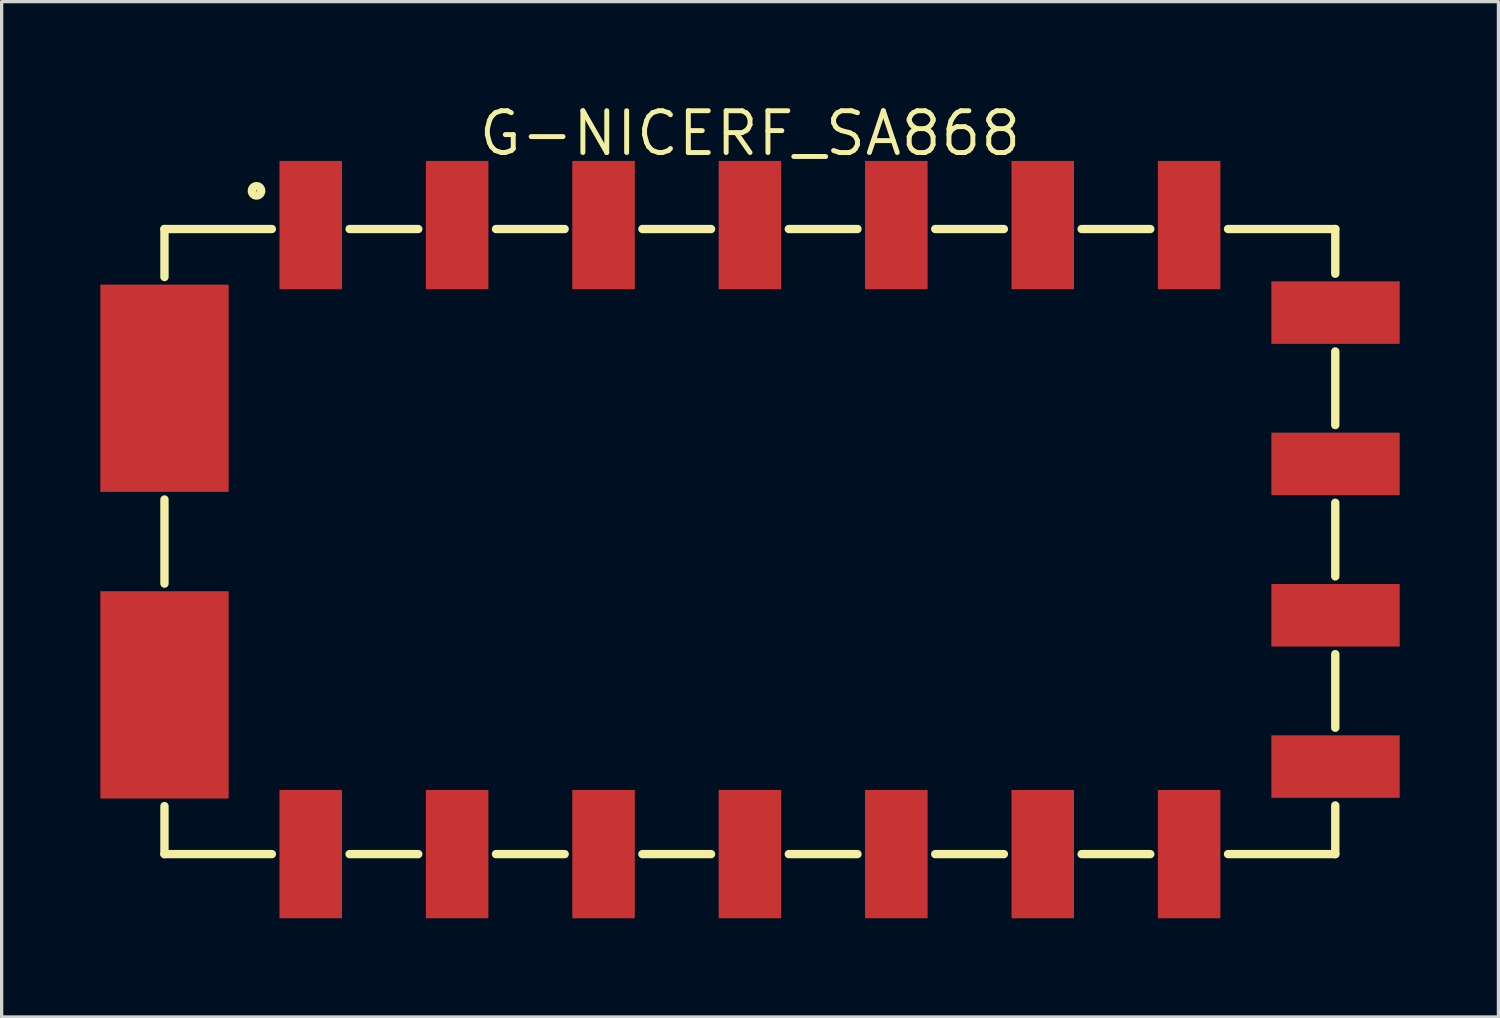
<source format=kicad_pcb>
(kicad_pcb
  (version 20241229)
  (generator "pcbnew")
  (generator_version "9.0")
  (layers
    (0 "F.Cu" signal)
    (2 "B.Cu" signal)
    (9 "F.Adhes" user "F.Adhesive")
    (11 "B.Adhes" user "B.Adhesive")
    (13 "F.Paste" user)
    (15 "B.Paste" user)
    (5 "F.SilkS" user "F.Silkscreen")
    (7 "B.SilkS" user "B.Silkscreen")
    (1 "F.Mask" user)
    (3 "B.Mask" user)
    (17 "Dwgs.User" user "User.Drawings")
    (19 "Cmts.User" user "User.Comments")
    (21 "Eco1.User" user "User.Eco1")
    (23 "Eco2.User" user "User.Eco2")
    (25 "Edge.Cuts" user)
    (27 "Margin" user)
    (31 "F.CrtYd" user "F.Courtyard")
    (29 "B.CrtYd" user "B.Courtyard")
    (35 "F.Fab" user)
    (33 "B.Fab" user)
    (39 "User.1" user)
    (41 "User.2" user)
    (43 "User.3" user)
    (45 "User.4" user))
  (footprint "G-NICERF_SA868"
    (layer "F.Cu")
    (at 19.747 13.351)
    (property "Reference" "G-NICERF_SA868" (at 0 -12.345 0) (layer "F.SilkS") (effects (font (size 1.27 1.27) (thickness 0.15))))
    (fp_line (start -17.798 -9.44) (end -17.798 -7.981) (stroke (width 0.254) (type default)) (layer "F.SilkS"))
    (fp_line (start -17.798 -9.44) (end -14.534 -9.44) (stroke (width 0.254) (type default)) (layer "F.SilkS"))
    (fp_line (start -17.798 -1.219) (end -17.798 1.339) (stroke (width 0.254) (type default)) (layer "F.SilkS"))
    (fp_line (start -17.798 8.101) (end -17.798 9.56) (stroke (width 0.254) (type default)) (layer "F.SilkS"))
    (fp_line (start -14.534 9.56) (end -17.798 9.56) (stroke (width 0.254) (type default)) (layer "F.SilkS"))
    (fp_line (start -12.171 -9.44) (end -10.084 -9.44) (stroke (width 0.254) (type default)) (layer "F.SilkS"))
    (fp_line (start -10.084 9.56) (end -12.171 9.56) (stroke (width 0.254) (type default)) (layer "F.SilkS"))
    (fp_line (start -7.721 -9.44) (end -5.634 -9.44) (stroke (width 0.254) (type default)) (layer "F.SilkS"))
    (fp_line (start -5.634 9.56) (end -7.721 9.56) (stroke (width 0.254) (type default)) (layer "F.SilkS"))
    (fp_line (start -3.271 -9.44) (end -1.184 -9.44) (stroke (width 0.254) (type default)) (layer "F.SilkS"))
    (fp_line (start -1.184 9.56) (end -3.271 9.56) (stroke (width 0.254) (type default)) (layer "F.SilkS"))
    (fp_line (start 1.179 -9.44) (end 3.266 -9.44) (stroke (width 0.254) (type default)) (layer "F.SilkS"))
    (fp_line (start 3.266 9.56) (end 1.179 9.56) (stroke (width 0.254) (type default)) (layer "F.SilkS"))
    (fp_line (start 5.629 -9.44) (end 7.716 -9.44) (stroke (width 0.254) (type default)) (layer "F.SilkS"))
    (fp_line (start 7.716 9.56) (end 5.629 9.56) (stroke (width 0.254) (type default)) (layer "F.SilkS"))
    (fp_line (start 10.079 -9.44) (end 12.166 -9.44) (stroke (width 0.254) (type default)) (layer "F.SilkS"))
    (fp_line (start 12.166 9.56) (end 10.079 9.56) (stroke (width 0.254) (type default)) (layer "F.SilkS"))
    (fp_line (start 14.529 -9.44) (end 17.789 -9.44) (stroke (width 0.254) (type default)) (layer "F.SilkS"))
    (fp_line (start 17.789 -9.44) (end 17.789 -8.081) (stroke (width 0.254) (type default)) (layer "F.SilkS"))
    (fp_line (start 17.789 -5.719) (end 17.789 -3.481) (stroke (width 0.254) (type default)) (layer "F.SilkS"))
    (fp_line (start 17.789 -1.119) (end 17.789 1.119) (stroke (width 0.254) (type default)) (layer "F.SilkS"))
    (fp_line (start 17.789 3.481) (end 17.789 5.719) (stroke (width 0.254) (type default)) (layer "F.SilkS"))
    (fp_line (start 17.789 8.081) (end 17.789 9.56) (stroke (width 0.254) (type default)) (layer "F.SilkS"))
    (fp_line (start 17.789 9.56) (end 14.529 9.56) (stroke (width 0.254) (type default)) (layer "F.SilkS"))
    (fp_circle (center -15 -10.6) (end -14.858 -10.6) (stroke (width 0.254) (type default)) (fill no) (layer "F.SilkS"))
    (pad "1" smd rect (at -13.352 -9.56 180) (size 1.9 3.9) (layers "F.Cu" "F.Mask" "F.Paste"))
    (pad "2" smd rect (at -8.902 -9.56 180) (size 1.9 3.9) (layers "F.Cu" "F.Mask" "F.Paste"))
    (pad "3" smd rect (at -4.452 -9.56 180) (size 1.9 3.9) (layers "F.Cu" "F.Mask" "F.Paste"))
    (pad "4" smd rect (at -0.003 -9.56 180) (size 1.9 3.9) (layers "F.Cu" "F.Mask" "F.Paste"))
    (pad "5" smd rect (at 4.447 -9.56 180) (size 1.9 3.9) (layers "F.Cu" "F.Mask" "F.Paste"))
    (pad "6" smd rect (at 8.898 -9.56 180) (size 1.9 3.9) (layers "F.Cu" "F.Mask" "F.Paste"))
    (pad "7" smd rect (at 13.347 -9.56 180) (size 1.9 3.9) (layers "F.Cu" "F.Mask" "F.Paste"))
    (pad "8" smd rect (at 17.797 -6.9 270) (size 1.9 3.9) (layers "F.Cu" "F.Mask" "F.Paste"))
    (pad "9" smd rect (at 17.797 -2.3 270) (size 1.9 3.9) (layers "F.Cu" "F.Mask" "F.Paste"))
    (pad "10" smd rect (at 17.797 2.3 270) (size 1.9 3.9) (layers "F.Cu" "F.Mask" "F.Paste"))
    (pad "11" smd rect (at 17.797 6.9 270) (size 1.9 3.9) (layers "F.Cu" "F.Mask" "F.Paste"))
    (pad "12" smd rect (at 13.347 9.56 180) (size 1.9 3.9) (layers "F.Cu" "F.Mask" "F.Paste"))
    (pad "13" smd rect (at 8.898 9.56) (size 1.9 3.9) (layers "F.Cu" "F.Mask" "F.Paste"))
    (pad "14" smd rect (at 4.447 9.56) (size 1.9 3.9) (layers "F.Cu" "F.Mask" "F.Paste"))
    (pad "15" smd rect (at -0.003 9.56) (size 1.9 3.9) (layers "F.Cu" "F.Mask" "F.Paste"))
    (pad "16" smd rect (at -4.452 9.56) (size 1.9 3.9) (layers "F.Cu" "F.Mask" "F.Paste"))
    (pad "17" smd rect (at -8.902 9.56) (size 1.9 3.9) (layers "F.Cu" "F.Mask" "F.Paste"))
    (pad "18" smd rect (at -13.352 9.56) (size 1.9 3.9) (layers "F.Cu" "F.Mask" "F.Paste"))
    (pad "19" smd rect (at -17.797 4.72) (size 3.9 6.3) (layers "F.Cu" "F.Mask" "F.Paste"))
    (pad "20" smd rect (at -17.797 -4.6) (size 3.9 6.3) (layers "F.Cu" "F.Mask" "F.Paste")))
  (gr_rect
    (start -3 -3)
    (end 42.495 27.861)
    (stroke (width 0.1) (type default))
    (fill no)
    (layer "Edge.Cuts")))
</source>
